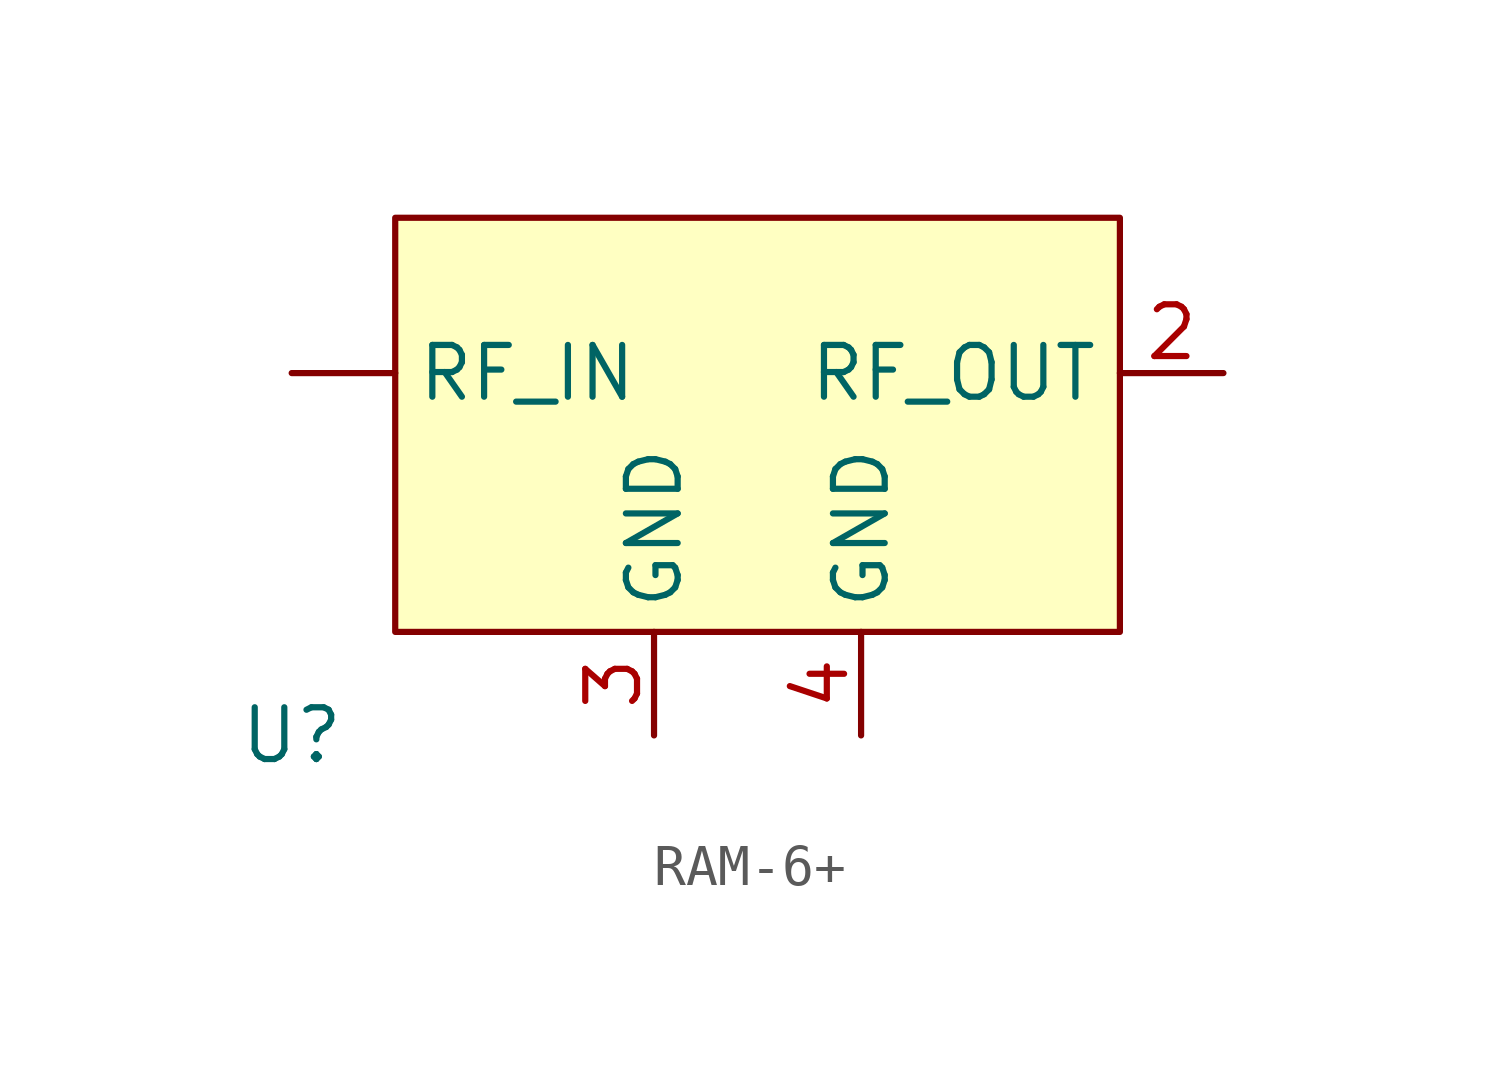
<source format=kicad_sym>
(kicad_symbol_lib
  (version 20220914)
  (generator kicad_symbol_editor)
  (symbol "RAM-6+"
    (property "Reference" "U"
      (at -5.08 -2.54 0)
      (effects (font (size 1.27 1.27))))
    (property "Value" ""
      (at 0 0 0)
      (effects (font (size 1.27 1.27))))
    (symbol "RAM-6+_0_1"
      (rectangle (start -2.54 10.16) (end 15.24 0) (stroke (width 0) (type default)) (fill (type background))))
    (symbol "RAM-6+_1_1"
      (pin input line (at -5.08 6.35 0) (length 2.54) (name "RF_IN" (effects (font (size 1.27 1.27)))) (number "" (effects (font (size 1.27 1.27)))))
      (pin output line (at 17.78 6.35 180) (length 2.54) (name "RF_OUT" (effects (font (size 1.27 1.27)))) (number "2" (effects (font (size 1.27 1.27)))))
      (pin power_in line (at 3.81 -2.54 90) (length 2.54) (name "GND" (effects (font (size 1.27 1.27)))) (number "3" (effects (font (size 1.27 1.27)))))
      (pin power_in line (at 8.89 -2.54 90) (length 2.54) (name "GND" (effects (font (size 1.27 1.27)))) (number "4" (effects (font (size 1.27 1.27))))))))
</source>
